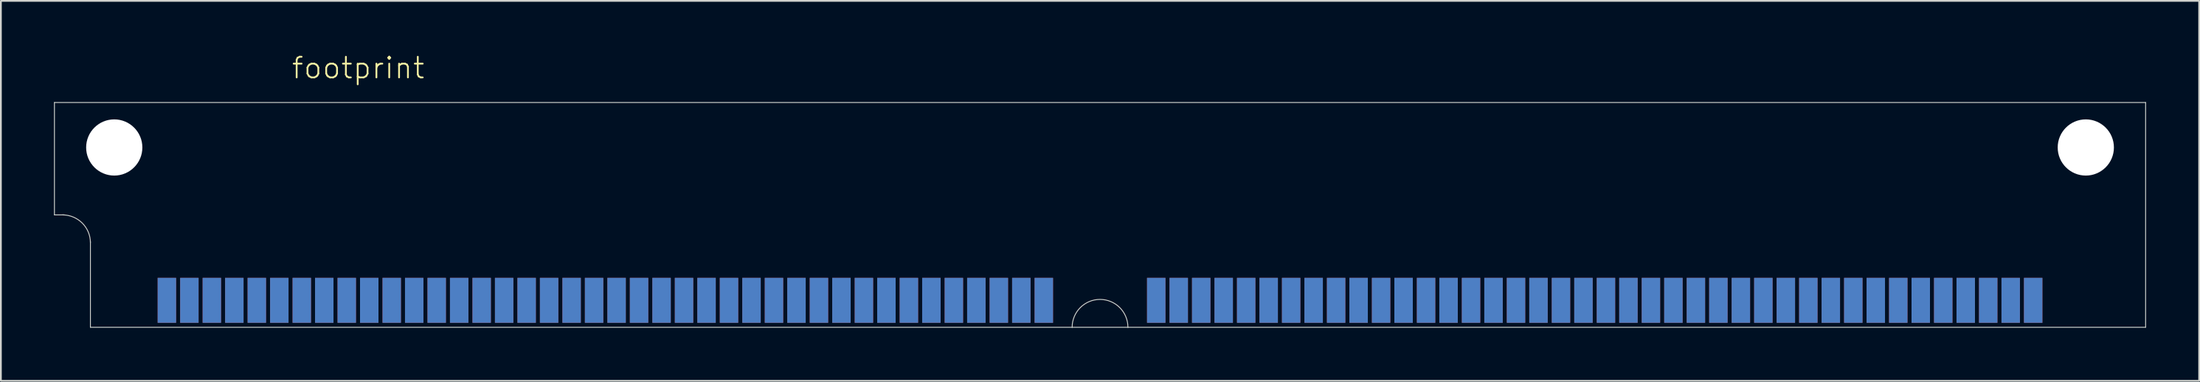
<source format=kicad_pcb>
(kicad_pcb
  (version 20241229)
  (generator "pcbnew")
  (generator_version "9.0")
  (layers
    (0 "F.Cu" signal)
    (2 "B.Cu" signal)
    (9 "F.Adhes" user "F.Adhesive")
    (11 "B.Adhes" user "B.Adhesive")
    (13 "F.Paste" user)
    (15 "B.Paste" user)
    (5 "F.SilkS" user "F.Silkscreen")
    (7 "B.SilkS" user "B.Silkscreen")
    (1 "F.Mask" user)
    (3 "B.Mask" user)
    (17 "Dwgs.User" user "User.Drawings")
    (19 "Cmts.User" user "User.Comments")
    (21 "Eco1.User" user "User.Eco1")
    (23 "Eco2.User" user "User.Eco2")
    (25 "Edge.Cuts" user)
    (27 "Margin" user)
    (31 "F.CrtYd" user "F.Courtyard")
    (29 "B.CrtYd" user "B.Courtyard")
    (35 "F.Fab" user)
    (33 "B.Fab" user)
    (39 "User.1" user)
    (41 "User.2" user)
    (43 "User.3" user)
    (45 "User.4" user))
  (footprint "footprint"
    (layer "F.Cu")
    (at 59.08 5.283)
    (property "Reference" "footprint" (at -45.72 -3.81 0) (layer "F.SilkS") (effects (font (size 1.168 1.168) (thickness 0.102)) (justify left bottom)))
    (fp_line (start -59.055 -2.54) (end 59.055 -2.54) (stroke (width 0.05) (type solid)) (layer "Edge.Cuts"))
    (fp_line (start -59.055 3.81) (end -59.055 -2.54) (stroke (width 0.05) (type solid)) (layer "Edge.Cuts"))
    (fp_line (start -59.055 3.81) (end -58.496 3.81) (stroke (width 0.05) (type solid)) (layer "Edge.Cuts"))
    (fp_line (start -57.023 10.16) (end -57.023 5.309) (stroke (width 0.05) (type solid)) (layer "Edge.Cuts"))
    (fp_line (start -1.575 10.16) (end -57.023 10.16) (stroke (width 0.05) (type solid)) (layer "Edge.Cuts"))
    (fp_line (start 1.575 10.16) (end -1.575 10.16) (stroke (width 0.05) (type solid)) (layer "Edge.Cuts"))
    (fp_line (start 59.055 -2.54) (end 59.055 10.16) (stroke (width 0.05) (type solid)) (layer "Edge.Cuts"))
    (fp_line (start 59.055 10.16) (end 1.575 10.16) (stroke (width 0.05) (type solid)) (layer "Edge.Cuts"))
    (fp_arc (start -58.5978 3.81) (mid -57.484248 4.271248) (end -57.023 5.3848) (stroke (width 0.05) (type solid)) (layer "Edge.Cuts"))
    (fp_arc (start -1.5748 10.16) (mid 0 8.5852) (end 1.5748 10.16) (stroke (width 0.05) (type solid)) (layer "Edge.Cuts"))
    (pad "" np_thru_hole circle (at -55.677 0) (size 3.175 3.175) (drill 3.175) (layers "*.Cu" "*.Mask"))
    (pad "" np_thru_hole circle (at 55.677 0) (size 3.175 3.175) (drill 3.175) (layers "*.Cu" "*.Mask"))
    (pad "1" smd rect (at -52.705 8.636) (size 1.041 2.54) (layers "F.Cu" "F.Mask" "F.Paste"))
    (pad "2" smd rect (at -51.435 8.636) (size 1.041 2.54) (layers "F.Cu" "F.Mask" "F.Paste"))
    (pad "3" smd rect (at -50.165 8.636) (size 1.041 2.54) (layers "F.Cu" "F.Mask" "F.Paste"))
    (pad "4" smd rect (at -48.895 8.636) (size 1.041 2.54) (layers "F.Cu" "F.Mask" "F.Paste"))
    (pad "5" smd rect (at -47.625 8.636) (size 1.041 2.54) (layers "F.Cu" "F.Mask" "F.Paste"))
    (pad "6" smd rect (at -46.355 8.636) (size 1.041 2.54) (layers "F.Cu" "F.Mask" "F.Paste"))
    (pad "7" smd rect (at -45.085 8.636) (size 1.041 2.54) (layers "F.Cu" "F.Mask" "F.Paste"))
    (pad "8" smd rect (at -43.815 8.636) (size 1.041 2.54) (layers "F.Cu" "F.Mask" "F.Paste"))
    (pad "9" smd rect (at -42.545 8.636) (size 1.041 2.54) (layers "F.Cu" "F.Mask" "F.Paste"))
    (pad "10" smd rect (at -41.275 8.636) (size 1.041 2.54) (layers "F.Cu" "F.Mask" "F.Paste"))
    (pad "11" smd rect (at -40.005 8.636) (size 1.041 2.54) (layers "F.Cu" "F.Mask" "F.Paste"))
    (pad "12" smd rect (at -38.735 8.636) (size 1.041 2.54) (layers "F.Cu" "F.Mask" "F.Paste"))
    (pad "13" smd rect (at -37.465 8.636) (size 1.041 2.54) (layers "F.Cu" "F.Mask" "F.Paste"))
    (pad "14" smd rect (at -36.195 8.636) (size 1.041 2.54) (layers "F.Cu" "F.Mask" "F.Paste"))
    (pad "15" smd rect (at -34.925 8.636) (size 1.041 2.54) (layers "F.Cu" "F.Mask" "F.Paste"))
    (pad "16" smd rect (at -33.655 8.636) (size 1.041 2.54) (layers "F.Cu" "F.Mask" "F.Paste"))
    (pad "17" smd rect (at -32.385 8.636) (size 1.041 2.54) (layers "F.Cu" "F.Mask" "F.Paste"))
    (pad "18" smd rect (at -31.115 8.636) (size 1.041 2.54) (layers "F.Cu" "F.Mask" "F.Paste"))
    (pad "19" smd rect (at -29.845 8.636) (size 1.041 2.54) (layers "F.Cu" "F.Mask" "F.Paste"))
    (pad "20" smd rect (at -28.575 8.636) (size 1.041 2.54) (layers "F.Cu" "F.Mask" "F.Paste"))
    (pad "21" smd rect (at -27.305 8.636) (size 1.041 2.54) (layers "F.Cu" "F.Mask" "F.Paste"))
    (pad "22" smd rect (at -26.035 8.636) (size 1.041 2.54) (layers "F.Cu" "F.Mask" "F.Paste"))
    (pad "23" smd rect (at -24.765 8.636) (size 1.041 2.54) (layers "F.Cu" "F.Mask" "F.Paste"))
    (pad "24" smd rect (at -23.495 8.636) (size 1.041 2.54) (layers "F.Cu" "F.Mask" "F.Paste"))
    (pad "25" smd rect (at -22.225 8.636) (size 1.041 2.54) (layers "F.Cu" "F.Mask" "F.Paste"))
    (pad "26" smd rect (at -20.955 8.636) (size 1.041 2.54) (layers "F.Cu" "F.Mask" "F.Paste"))
    (pad "27" smd rect (at -19.685 8.636) (size 1.041 2.54) (layers "F.Cu" "F.Mask" "F.Paste"))
    (pad "28" smd rect (at -18.415 8.636) (size 1.041 2.54) (layers "F.Cu" "F.Mask" "F.Paste"))
    (pad "29" smd rect (at -17.145 8.636) (size 1.041 2.54) (layers "F.Cu" "F.Mask" "F.Paste"))
    (pad "30" smd rect (at -15.875 8.636) (size 1.041 2.54) (layers "F.Cu" "F.Mask" "F.Paste"))
    (pad "31" smd rect (at -14.605 8.636) (size 1.041 2.54) (layers "F.Cu" "F.Mask" "F.Paste"))
    (pad "32" smd rect (at -13.335 8.636) (size 1.041 2.54) (layers "F.Cu" "F.Mask" "F.Paste"))
    (pad "33" smd rect (at -12.065 8.636) (size 1.041 2.54) (layers "F.Cu" "F.Mask" "F.Paste"))
    (pad "34" smd rect (at -10.795 8.636) (size 1.041 2.54) (layers "F.Cu" "F.Mask" "F.Paste"))
    (pad "35" smd rect (at -9.525 8.636) (size 1.041 2.54) (layers "F.Cu" "F.Mask" "F.Paste"))
    (pad "36" smd rect (at -8.255 8.636) (size 1.041 2.54) (layers "F.Cu" "F.Mask" "F.Paste"))
    (pad "37" smd rect (at -6.985 8.636) (size 1.041 2.54) (layers "F.Cu" "F.Mask" "F.Paste"))
    (pad "38" smd rect (at -5.715 8.636) (size 1.041 2.54) (layers "F.Cu" "F.Mask" "F.Paste"))
    (pad "39" smd rect (at -4.445 8.636) (size 1.041 2.54) (layers "F.Cu" "F.Mask" "F.Paste"))
    (pad "40" smd rect (at -3.175 8.636) (size 1.041 2.54) (layers "F.Cu" "F.Mask" "F.Paste"))
    (pad "41" smd rect (at 3.175 8.636) (size 1.041 2.54) (layers "F.Cu" "F.Mask" "F.Paste"))
    (pad "42" smd rect (at 4.445 8.636) (size 1.041 2.54) (layers "F.Cu" "F.Mask" "F.Paste"))
    (pad "43" smd rect (at 5.715 8.636) (size 1.041 2.54) (layers "F.Cu" "F.Mask" "F.Paste"))
    (pad "44" smd rect (at 6.985 8.636) (size 1.041 2.54) (layers "F.Cu" "F.Mask" "F.Paste"))
    (pad "45" smd rect (at 8.255 8.636) (size 1.041 2.54) (layers "F.Cu" "F.Mask" "F.Paste"))
    (pad "46" smd rect (at 9.525 8.636) (size 1.041 2.54) (layers "F.Cu" "F.Mask" "F.Paste"))
    (pad "47" smd rect (at 10.795 8.636) (size 1.041 2.54) (layers "F.Cu" "F.Mask" "F.Paste"))
    (pad "48" smd rect (at 12.065 8.636) (size 1.041 2.54) (layers "F.Cu" "F.Mask" "F.Paste"))
    (pad "49" smd rect (at 13.335 8.636) (size 1.041 2.54) (layers "F.Cu" "F.Mask" "F.Paste"))
    (pad "50" smd rect (at 14.605 8.636) (size 1.041 2.54) (layers "F.Cu" "F.Mask" "F.Paste"))
    (pad "51" smd rect (at 15.875 8.636) (size 1.041 2.54) (layers "F.Cu" "F.Mask" "F.Paste"))
    (pad "52" smd rect (at 17.145 8.636) (size 1.041 2.54) (layers "F.Cu" "F.Mask" "F.Paste"))
    (pad "53" smd rect (at 18.415 8.636) (size 1.041 2.54) (layers "F.Cu" "F.Mask" "F.Paste"))
    (pad "54" smd rect (at 19.685 8.636) (size 1.041 2.54) (layers "F.Cu" "F.Mask" "F.Paste"))
    (pad "55" smd rect (at 20.955 8.636) (size 1.041 2.54) (layers "F.Cu" "F.Mask" "F.Paste"))
    (pad "56" smd rect (at 22.225 8.636) (size 1.041 2.54) (layers "F.Cu" "F.Mask" "F.Paste"))
    (pad "57" smd rect (at 23.495 8.636) (size 1.041 2.54) (layers "F.Cu" "F.Mask" "F.Paste"))
    (pad "58" smd rect (at 24.765 8.636) (size 1.041 2.54) (layers "F.Cu" "F.Mask" "F.Paste"))
    (pad "59" smd rect (at 26.035 8.636) (size 1.041 2.54) (layers "F.Cu" "F.Mask" "F.Paste"))
    (pad "60" smd rect (at 27.305 8.636) (size 1.041 2.54) (layers "F.Cu" "F.Mask" "F.Paste"))
    (pad "61" smd rect (at 28.575 8.636) (size 1.041 2.54) (layers "F.Cu" "F.Mask" "F.Paste"))
    (pad "62" smd rect (at 29.845 8.636) (size 1.041 2.54) (layers "F.Cu" "F.Mask" "F.Paste"))
    (pad "63" smd rect (at 31.115 8.636) (size 1.041 2.54) (layers "F.Cu" "F.Mask" "F.Paste"))
    (pad "64" smd rect (at 32.385 8.636) (size 1.041 2.54) (layers "F.Cu" "F.Mask" "F.Paste"))
    (pad "65" smd rect (at 33.655 8.636) (size 1.041 2.54) (layers "F.Cu" "F.Mask" "F.Paste"))
    (pad "66" smd rect (at 34.925 8.636) (size 1.041 2.54) (layers "F.Cu" "F.Mask" "F.Paste"))
    (pad "67" smd rect (at 36.195 8.636) (size 1.041 2.54) (layers "F.Cu" "F.Mask" "F.Paste"))
    (pad "68" smd rect (at 37.465 8.636) (size 1.041 2.54) (layers "F.Cu" "F.Mask" "F.Paste"))
    (pad "69" smd rect (at 38.735 8.636) (size 1.041 2.54) (layers "F.Cu" "F.Mask" "F.Paste"))
    (pad "70" smd rect (at 40.005 8.636) (size 1.041 2.54) (layers "F.Cu" "F.Mask" "F.Paste"))
    (pad "71" smd rect (at 41.275 8.636) (size 1.041 2.54) (layers "F.Cu" "F.Mask" "F.Paste"))
    (pad "72" smd rect (at 42.545 8.636) (size 1.041 2.54) (layers "F.Cu" "F.Mask" "F.Paste"))
    (pad "73" smd rect (at 43.815 8.636) (size 1.041 2.54) (layers "F.Cu" "F.Mask" "F.Paste"))
    (pad "74" smd rect (at 45.085 8.636) (size 1.041 2.54) (layers "F.Cu" "F.Mask" "F.Paste"))
    (pad "75" smd rect (at 46.355 8.636) (size 1.041 2.54) (layers "F.Cu" "F.Mask" "F.Paste"))
    (pad "76" smd rect (at 47.625 8.636) (size 1.041 2.54) (layers "F.Cu" "F.Mask" "F.Paste"))
    (pad "77" smd rect (at 48.895 8.636) (size 1.041 2.54) (layers "F.Cu" "F.Mask" "F.Paste"))
    (pad "78" smd rect (at 50.165 8.636) (size 1.041 2.54) (layers "F.Cu" "F.Mask" "F.Paste"))
    (pad "79" smd rect (at 51.435 8.636) (size 1.041 2.54) (layers "F.Cu" "F.Mask" "F.Paste"))
    (pad "80" smd rect (at 52.705 8.636) (size 1.041 2.54) (layers "F.Cu" "F.Mask" "F.Paste"))
    (pad "81" smd rect (at -52.705 8.636) (size 1.041 2.54) (layers "B.Cu" "B.Mask" "B.Paste"))
    (pad "82" smd rect (at -51.435 8.636) (size 1.041 2.54) (layers "B.Cu" "B.Mask" "B.Paste"))
    (pad "83" smd rect (at -50.165 8.636) (size 1.041 2.54) (layers "B.Cu" "B.Mask" "B.Paste"))
    (pad "84" smd rect (at -48.895 8.636) (size 1.041 2.54) (layers "B.Cu" "B.Mask" "B.Paste"))
    (pad "85" smd rect (at -47.625 8.636) (size 1.041 2.54) (layers "B.Cu" "B.Mask" "B.Paste"))
    (pad "86" smd rect (at -46.355 8.636) (size 1.041 2.54) (layers "B.Cu" "B.Mask" "B.Paste"))
    (pad "87" smd rect (at -45.085 8.636) (size 1.041 2.54) (layers "B.Cu" "B.Mask" "B.Paste"))
    (pad "88" smd rect (at -43.815 8.636) (size 1.041 2.54) (layers "B.Cu" "B.Mask" "B.Paste"))
    (pad "89" smd rect (at -42.545 8.636) (size 1.041 2.54) (layers "B.Cu" "B.Mask" "B.Paste"))
    (pad "90" smd rect (at -41.275 8.636) (size 1.041 2.54) (layers "B.Cu" "B.Mask" "B.Paste"))
    (pad "91" smd rect (at -40.005 8.636) (size 1.041 2.54) (layers "B.Cu" "B.Mask" "B.Paste"))
    (pad "92" smd rect (at -38.735 8.636) (size 1.041 2.54) (layers "B.Cu" "B.Mask" "B.Paste"))
    (pad "93" smd rect (at -37.465 8.636) (size 1.041 2.54) (layers "B.Cu" "B.Mask" "B.Paste"))
    (pad "94" smd rect (at -36.195 8.636) (size 1.041 2.54) (layers "B.Cu" "B.Mask" "B.Paste"))
    (pad "95" smd rect (at -34.925 8.636) (size 1.041 2.54) (layers "B.Cu" "B.Mask" "B.Paste"))
    (pad "96" smd rect (at -33.655 8.636) (size 1.041 2.54) (layers "B.Cu" "B.Mask" "B.Paste"))
    (pad "97" smd rect (at -32.385 8.636) (size 1.041 2.54) (layers "B.Cu" "B.Mask" "B.Paste"))
    (pad "98" smd rect (at -31.115 8.636) (size 1.041 2.54) (layers "B.Cu" "B.Mask" "B.Paste"))
    (pad "99" smd rect (at -29.845 8.636) (size 1.041 2.54) (layers "B.Cu" "B.Mask" "B.Paste"))
    (pad "100" smd rect (at -28.575 8.636) (size 1.041 2.54) (layers "B.Cu" "B.Mask" "B.Paste"))
    (pad "101" smd rect (at -27.305 8.636) (size 1.041 2.54) (layers "B.Cu" "B.Mask" "B.Paste"))
    (pad "102" smd rect (at -26.035 8.636) (size 1.041 2.54) (layers "B.Cu" "B.Mask" "B.Paste"))
    (pad "103" smd rect (at -24.765 8.636) (size 1.041 2.54) (layers "B.Cu" "B.Mask" "B.Paste"))
    (pad "104" smd rect (at -23.495 8.636) (size 1.041 2.54) (layers "B.Cu" "B.Mask" "B.Paste"))
    (pad "105" smd rect (at -22.225 8.636) (size 1.041 2.54) (layers "B.Cu" "B.Mask" "B.Paste"))
    (pad "106" smd rect (at -20.955 8.636) (size 1.041 2.54) (layers "B.Cu" "B.Mask" "B.Paste"))
    (pad "107" smd rect (at -19.685 8.636) (size 1.041 2.54) (layers "B.Cu" "B.Mask" "B.Paste"))
    (pad "108" smd rect (at -18.415 8.636) (size 1.041 2.54) (layers "B.Cu" "B.Mask" "B.Paste"))
    (pad "109" smd rect (at -17.145 8.636) (size 1.041 2.54) (layers "B.Cu" "B.Mask" "B.Paste"))
    (pad "110" smd rect (at -15.875 8.636) (size 1.041 2.54) (layers "B.Cu" "B.Mask" "B.Paste"))
    (pad "111" smd rect (at -14.605 8.636) (size 1.041 2.54) (layers "B.Cu" "B.Mask" "B.Paste"))
    (pad "112" smd rect (at -13.335 8.636) (size 1.041 2.54) (layers "B.Cu" "B.Mask" "B.Paste"))
    (pad "113" smd rect (at -12.065 8.636) (size 1.041 2.54) (layers "B.Cu" "B.Mask" "B.Paste"))
    (pad "114" smd rect (at -10.795 8.636) (size 1.041 2.54) (layers "B.Cu" "B.Mask" "B.Paste"))
    (pad "115" smd rect (at -9.525 8.636) (size 1.041 2.54) (layers "B.Cu" "B.Mask" "B.Paste"))
    (pad "116" smd rect (at -8.255 8.636) (size 1.041 2.54) (layers "B.Cu" "B.Mask" "B.Paste"))
    (pad "117" smd rect (at -6.985 8.636) (size 1.041 2.54) (layers "B.Cu" "B.Mask" "B.Paste"))
    (pad "118" smd rect (at -5.715 8.636) (size 1.041 2.54) (layers "B.Cu" "B.Mask" "B.Paste"))
    (pad "119" smd rect (at -4.445 8.636) (size 1.041 2.54) (layers "B.Cu" "B.Mask" "B.Paste"))
    (pad "120" smd rect (at -3.175 8.636) (size 1.041 2.54) (layers "B.Cu" "B.Mask" "B.Paste"))
    (pad "121" smd rect (at 3.175 8.636) (size 1.041 2.54) (layers "B.Cu" "B.Mask" "B.Paste"))
    (pad "122" smd rect (at 4.445 8.636) (size 1.041 2.54) (layers "B.Cu" "B.Mask" "B.Paste"))
    (pad "123" smd rect (at 5.715 8.636) (size 1.041 2.54) (layers "B.Cu" "B.Mask" "B.Paste"))
    (pad "124" smd rect (at 6.985 8.636) (size 1.041 2.54) (layers "B.Cu" "B.Mask" "B.Paste"))
    (pad "125" smd rect (at 8.255 8.636) (size 1.041 2.54) (layers "B.Cu" "B.Mask" "B.Paste"))
    (pad "126" smd rect (at 9.525 8.636) (size 1.041 2.54) (layers "B.Cu" "B.Mask" "B.Paste"))
    (pad "127" smd rect (at 10.795 8.636) (size 1.041 2.54) (layers "B.Cu" "B.Mask" "B.Paste"))
    (pad "128" smd rect (at 12.065 8.636) (size 1.041 2.54) (layers "B.Cu" "B.Mask" "B.Paste"))
    (pad "129" smd rect (at 13.335 8.636) (size 1.041 2.54) (layers "B.Cu" "B.Mask" "B.Paste"))
    (pad "130" smd rect (at 14.605 8.636) (size 1.041 2.54) (layers "B.Cu" "B.Mask" "B.Paste"))
    (pad "131" smd rect (at 15.875 8.636) (size 1.041 2.54) (layers "B.Cu" "B.Mask" "B.Paste"))
    (pad "132" smd rect (at 17.145 8.636) (size 1.041 2.54) (layers "B.Cu" "B.Mask" "B.Paste"))
    (pad "133" smd rect (at 18.415 8.636) (size 1.041 2.54) (layers "B.Cu" "B.Mask" "B.Paste"))
    (pad "134" smd rect (at 19.685 8.636) (size 1.041 2.54) (layers "B.Cu" "B.Mask" "B.Paste"))
    (pad "135" smd rect (at 20.955 8.636) (size 1.041 2.54) (layers "B.Cu" "B.Mask" "B.Paste"))
    (pad "136" smd rect (at 22.225 8.636) (size 1.041 2.54) (layers "B.Cu" "B.Mask" "B.Paste"))
    (pad "137" smd rect (at 23.495 8.636) (size 1.041 2.54) (layers "B.Cu" "B.Mask" "B.Paste"))
    (pad "138" smd rect (at 24.765 8.636) (size 1.041 2.54) (layers "B.Cu" "B.Mask" "B.Paste"))
    (pad "139" smd rect (at 26.035 8.636) (size 1.041 2.54) (layers "B.Cu" "B.Mask" "B.Paste"))
    (pad "140" smd rect (at 27.305 8.636) (size 1.041 2.54) (layers "B.Cu" "B.Mask" "B.Paste"))
    (pad "141" smd rect (at 28.575 8.636) (size 1.041 2.54) (layers "B.Cu" "B.Mask" "B.Paste"))
    (pad "142" smd rect (at 29.845 8.636) (size 1.041 2.54) (layers "B.Cu" "B.Mask" "B.Paste"))
    (pad "143" smd rect (at 31.115 8.636) (size 1.041 2.54) (layers "B.Cu" "B.Mask" "B.Paste"))
    (pad "144" smd rect (at 32.385 8.636) (size 1.041 2.54) (layers "B.Cu" "B.Mask" "B.Paste"))
    (pad "145" smd rect (at 33.655 8.636) (size 1.041 2.54) (layers "B.Cu" "B.Mask" "B.Paste"))
    (pad "146" smd rect (at 34.925 8.636) (size 1.041 2.54) (layers "B.Cu" "B.Mask" "B.Paste"))
    (pad "147" smd rect (at 36.195 8.636) (size 1.041 2.54) (layers "B.Cu" "B.Mask" "B.Paste"))
    (pad "148" smd rect (at 37.465 8.636) (size 1.041 2.54) (layers "B.Cu" "B.Mask" "B.Paste"))
    (pad "149" smd rect (at 38.735 8.636) (size 1.041 2.54) (layers "B.Cu" "B.Mask" "B.Paste"))
    (pad "150" smd rect (at 40.005 8.636) (size 1.041 2.54) (layers "B.Cu" "B.Mask" "B.Paste"))
    (pad "151" smd rect (at 41.275 8.636) (size 1.041 2.54) (layers "B.Cu" "B.Mask" "B.Paste"))
    (pad "152" smd rect (at 42.545 8.636) (size 1.041 2.54) (layers "B.Cu" "B.Mask" "B.Paste"))
    (pad "153" smd rect (at 43.815 8.636) (size 1.041 2.54) (layers "B.Cu" "B.Mask" "B.Paste"))
    (pad "154" smd rect (at 45.085 8.636) (size 1.041 2.54) (layers "B.Cu" "B.Mask" "B.Paste"))
    (pad "155" smd rect (at 46.355 8.636) (size 1.041 2.54) (layers "B.Cu" "B.Mask" "B.Paste"))
    (pad "156" smd rect (at 47.625 8.636) (size 1.041 2.54) (layers "B.Cu" "B.Mask" "B.Paste"))
    (pad "157" smd rect (at 48.895 8.636) (size 1.041 2.54) (layers "B.Cu" "B.Mask" "B.Paste"))
    (pad "158" smd rect (at 50.165 8.636) (size 1.041 2.54) (layers "B.Cu" "B.Mask" "B.Paste"))
    (pad "159" smd rect (at 51.435 8.636) (size 1.041 2.54) (layers "B.Cu" "B.Mask" "B.Paste"))
    (pad "160" smd rect (at 52.705 8.636) (size 1.041 2.54) (layers "B.Cu" "B.Mask" "B.Paste")))
  (gr_rect
    (start -3 -3)
    (end 121.16 18.468)
    (stroke (width 0.1) (type default))
    (fill no)
    (layer "Edge.Cuts")))
</source>
